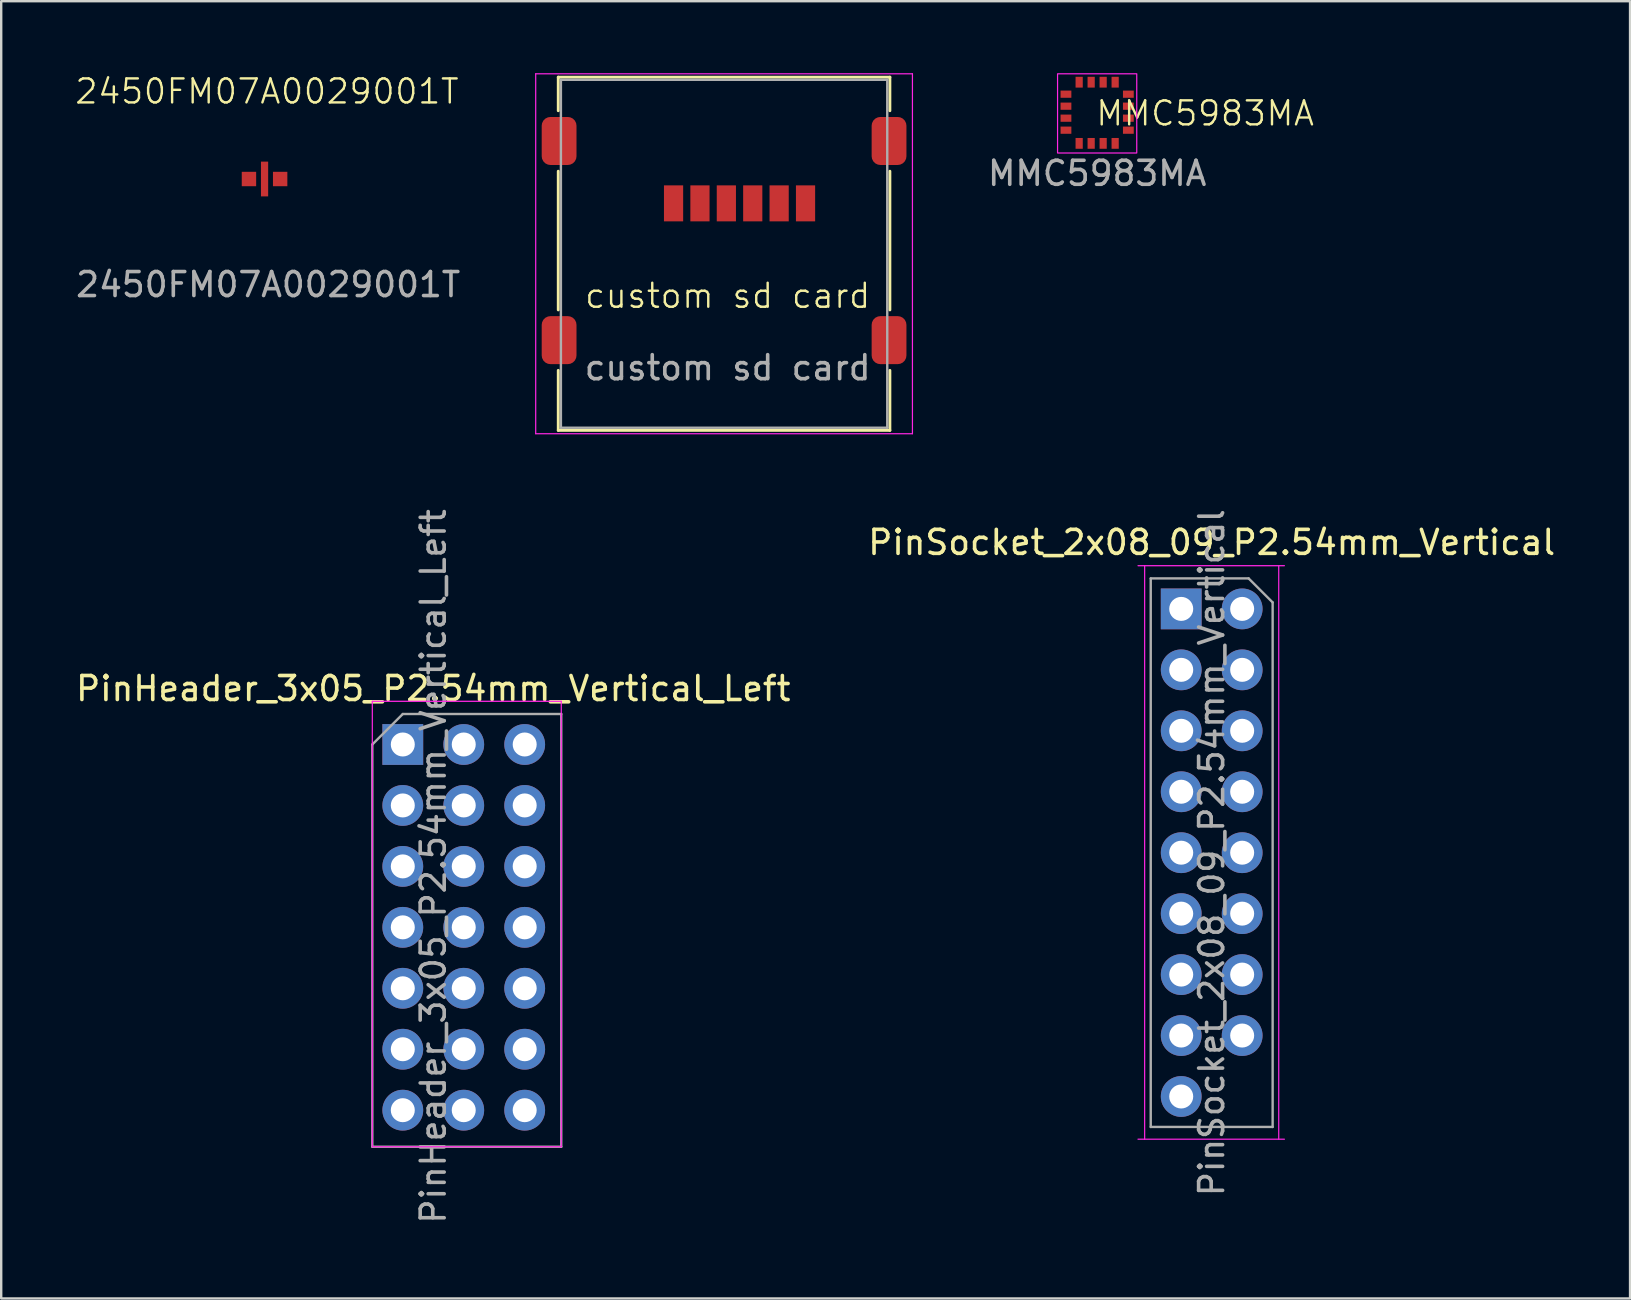
<source format=kicad_pcb>
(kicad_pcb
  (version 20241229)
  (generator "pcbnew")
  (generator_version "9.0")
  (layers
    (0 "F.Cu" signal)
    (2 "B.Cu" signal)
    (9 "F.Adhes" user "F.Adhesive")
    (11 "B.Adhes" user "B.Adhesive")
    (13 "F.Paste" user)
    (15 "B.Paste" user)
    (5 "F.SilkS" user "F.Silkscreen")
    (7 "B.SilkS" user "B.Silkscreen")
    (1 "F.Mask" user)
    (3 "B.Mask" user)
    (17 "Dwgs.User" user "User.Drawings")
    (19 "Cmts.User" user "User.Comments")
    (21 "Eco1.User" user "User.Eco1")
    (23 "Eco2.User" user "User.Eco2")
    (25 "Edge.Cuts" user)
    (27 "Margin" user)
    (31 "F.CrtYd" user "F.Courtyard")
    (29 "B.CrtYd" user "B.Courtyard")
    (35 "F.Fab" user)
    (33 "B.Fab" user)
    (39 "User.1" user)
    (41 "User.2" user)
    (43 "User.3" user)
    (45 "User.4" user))
  (footprint "2450FM07A0029001T"
    (layer "F.Cu")
    (at 7.975 4.41)
    (property "Reference" "2450FM07A0029001T" (at 0.1 -3.65 0) (unlocked yes) (layer "F.SilkS") (effects (font (size 1 1) (thickness 0.1))))
    (attr smd)
    (fp_text user "${REFERENCE}" (at 0.15 4.4 0) (unlocked yes) (layer "F.Fab") (effects (font (size 1 1) (thickness 0.15))))
    (pad "1" smd rect (at -0.65 0) (size 0.6 0.6) (layers "F.Cu" "F.Mask" "F.Paste"))
    (pad "2" smd rect (at 0 0.362) (size 0.3 0.725) (layers "F.Cu" "F.Mask" "F.Paste"))
    (pad "3" smd rect (at 0.65 0) (size 0.6 0.6) (layers "F.Cu" "F.Mask" "F.Paste"))
    (pad "4" smd rect (at 0 -0.362) (size 0.3 0.725) (layers "F.Cu" "F.Mask" "F.Paste")))
  (footprint "PinSocket_2x08_09_P2.54mm_Vertical"
    (layer "F.Cu")
    (at 48.716 22.325)
    (property "Reference" "PinSocket_2x08_09_P2.54mm_Vertical" (at -1.27 -2.77 0) (layer "F.SilkS") (effects (font (size 1 1) (thickness 0.15))))
    (attr through_hole)
    (fp_line (start -4.34 -1.8) (end 1.76 -1.8) (stroke (width 0.05) (type solid)) (layer "F.CrtYd"))
    (fp_line (start -4.064 22.1) (end -4.064 -1.8) (stroke (width 0.05) (type solid)) (layer "F.CrtYd"))
    (fp_line (start 1.524 -1.8) (end 1.524 22.1) (stroke (width 0.05) (type solid)) (layer "F.CrtYd"))
    (fp_line (start 1.76 22.1) (end -4.34 22.1) (stroke (width 0.05) (type solid)) (layer "F.CrtYd"))
    (fp_line (start -3.81 -1.27) (end 0.27 -1.27) (stroke (width 0.1) (type solid)) (layer "F.Fab"))
    (fp_line (start -3.81 21.59) (end -3.81 -1.27) (stroke (width 0.1) (type solid)) (layer "F.Fab"))
    (fp_line (start 0.27 -1.27) (end 1.27 -0.27) (stroke (width 0.1) (type solid)) (layer "F.Fab"))
    (fp_line (start 1.27 -0.27) (end 1.27 21.59) (stroke (width 0.1) (type solid)) (layer "F.Fab"))
    (fp_line (start 1.27 21.59) (end -3.81 21.59) (stroke (width 0.1) (type solid)) (layer "F.Fab"))
    (fp_text user "${REFERENCE}" (at -1.27 10.16 90) (layer "F.Fab") (effects (font (size 1 1) (thickness 0.15))))
    (pad "1" thru_hole rect (at -2.54 0) (size 1.7 1.7) (drill 1) (layers "*.Cu" "*.Mask"))
    (pad "2" thru_hole oval (at 0 0) (size 1.7 1.7) (drill 1) (layers "*.Cu" "*.Mask"))
    (pad "3" thru_hole oval (at -2.54 2.54) (size 1.7 1.7) (drill 1) (layers "*.Cu" "*.Mask"))
    (pad "4" thru_hole oval (at 0 2.54) (size 1.7 1.7) (drill 1) (layers "*.Cu" "*.Mask"))
    (pad "5" thru_hole oval (at -2.54 5.08) (size 1.7 1.7) (drill 1) (layers "*.Cu" "*.Mask"))
    (pad "6" thru_hole oval (at 0 5.08) (size 1.7 1.7) (drill 1) (layers "*.Cu" "*.Mask"))
    (pad "7" thru_hole oval (at -2.54 7.62) (size 1.7 1.7) (drill 1) (layers "*.Cu" "*.Mask"))
    (pad "8" thru_hole oval (at 0 7.62) (size 1.7 1.7) (drill 1) (layers "*.Cu" "*.Mask"))
    (pad "9" thru_hole oval (at -2.54 10.16) (size 1.7 1.7) (drill 1) (layers "*.Cu" "*.Mask"))
    (pad "10" thru_hole oval (at 0 10.16) (size 1.7 1.7) (drill 1) (layers "*.Cu" "*.Mask"))
    (pad "11" thru_hole oval (at -2.54 12.7) (size 1.7 1.7) (drill 1) (layers "*.Cu" "*.Mask"))
    (pad "12" thru_hole oval (at 0 12.7) (size 1.7 1.7) (drill 1) (layers "*.Cu" "*.Mask"))
    (pad "13" thru_hole oval (at -2.54 15.24) (size 1.7 1.7) (drill 1) (layers "*.Cu" "*.Mask"))
    (pad "14" thru_hole oval (at 0 15.24) (size 1.7 1.7) (drill 1) (layers "*.Cu" "*.Mask"))
    (pad "15" thru_hole oval (at -2.54 17.78) (size 1.7 1.7) (drill 1) (layers "*.Cu" "*.Mask"))
    (pad "16" thru_hole oval (at 0 17.78) (size 1.7 1.7) (drill 1) (layers "*.Cu" "*.Mask"))
    (pad "17" thru_hole oval (at -2.54 20.32) (size 1.7 1.7) (drill 1) (layers "*.Cu" "*.Mask")))
  (footprint "PinHeader_3x05_P2.54mm_Vertical_Left"
    (layer "F.Cu")
    (at 13.736 27.976)
    (property "Reference" "PinHeader_3x05_P2.54mm_Vertical_Left" (at 1.27 -2.33 0) (layer "F.SilkS") (effects (font (size 1 1) (thickness 0.15))))
    (attr through_hole)
    (fp_line (start -1.27 -1.8) (end -1.27 16.764) (stroke (width 0.05) (type solid)) (layer "F.CrtYd"))
    (fp_line (start -1.27 16.764) (end 6.604 16.764) (stroke (width 0.05) (type solid)) (layer "F.CrtYd"))
    (fp_line (start 6.604 -1.8) (end -1.27 -1.8) (stroke (width 0.05) (type solid)) (layer "F.CrtYd"))
    (fp_line (start 6.604 16.764) (end 6.604 -1.8) (stroke (width 0.05) (type solid)) (layer "F.CrtYd"))
    (fp_line (start -1.27 0) (end 0 -1.27) (stroke (width 0.1) (type solid)) (layer "F.Fab"))
    (fp_line (start -1.27 16.764) (end -1.27 0) (stroke (width 0.1) (type solid)) (layer "F.Fab"))
    (fp_line (start 0 -1.27) (end 6.604 -1.27) (stroke (width 0.1) (type solid)) (layer "F.Fab"))
    (fp_line (start 6.604 -1.27) (end 6.604 16.764) (stroke (width 0.1) (type solid)) (layer "F.Fab"))
    (fp_line (start 6.604 16.764) (end -1.27 16.764) (stroke (width 0.1) (type solid)) (layer "F.Fab"))
    (fp_text user "${REFERENCE}" (at 1.27 5.08 90) (layer "F.Fab") (effects (font (size 1 1) (thickness 0.15))))
    (pad "1" thru_hole rect (at 0 0) (size 1.7 1.7) (drill 1) (layers "*.Cu" "*.Mask"))
    (pad "2" thru_hole oval (at 0 2.54) (size 1.7 1.7) (drill 1) (layers "*.Cu" "*.Mask"))
    (pad "3" thru_hole oval (at 0 5.08) (size 1.7 1.7) (drill 1) (layers "*.Cu" "*.Mask"))
    (pad "4" thru_hole oval (at 0 7.62) (size 1.7 1.7) (drill 1) (layers "*.Cu" "*.Mask"))
    (pad "5" thru_hole oval (at 0 10.16) (size 1.7 1.7) (drill 1) (layers "*.Cu" "*.Mask"))
    (pad "6" thru_hole oval (at 0 12.7) (size 1.7 1.7) (drill 1) (layers "*.Cu" "*.Mask"))
    (pad "7" thru_hole oval (at 0 15.24) (size 1.7 1.7) (drill 1) (layers "*.Cu" "*.Mask"))
    (pad "8" thru_hole oval (at 2.54 0) (size 1.7 1.7) (drill 1) (layers "*.Cu" "*.Mask"))
    (pad "9" thru_hole oval (at 2.54 2.54) (size 1.7 1.7) (drill 1) (layers "*.Cu" "*.Mask"))
    (pad "10" thru_hole oval (at 2.54 5.08) (size 1.7 1.7) (drill 1) (layers "*.Cu" "*.Mask"))
    (pad "11" thru_hole oval (at 2.54 7.62) (size 1.7 1.7) (drill 1) (layers "*.Cu" "*.Mask"))
    (pad "12" thru_hole oval (at 2.54 10.16) (size 1.7 1.7) (drill 1) (layers "*.Cu" "*.Mask"))
    (pad "13" thru_hole oval (at 2.54 12.7) (size 1.7 1.7) (drill 1) (layers "*.Cu" "*.Mask"))
    (pad "14" thru_hole oval (at 2.54 15.24) (size 1.7 1.7) (drill 1) (layers "*.Cu" "*.Mask"))
    (pad "15" thru_hole oval (at 5.08 0) (size 1.7 1.7) (drill 1) (layers "*.Cu" "*.Mask"))
    (pad "16" thru_hole oval (at 5.08 2.54) (size 1.7 1.7) (drill 1) (layers "*.Cu" "*.Mask"))
    (pad "17" thru_hole oval (at 5.08 5.08) (size 1.7 1.7) (drill 1) (layers "*.Cu" "*.Mask"))
    (pad "18" thru_hole oval (at 5.08 7.62) (size 1.7 1.7) (drill 1) (layers "*.Cu" "*.Mask"))
    (pad "19" thru_hole oval (at 5.08 10.16) (size 1.7 1.7) (drill 1) (layers "*.Cu" "*.Mask"))
    (pad "20" thru_hole oval (at 5.08 12.7) (size 1.7 1.7) (drill 1) (layers "*.Cu" "*.Mask"))
    (pad "21" thru_hole oval (at 5.08 15.24) (size 1.7 1.7) (drill 1) (layers "*.Cu" "*.Mask")))
  (footprint "custom sd card"
    (layer "F.Cu")
    (at 27.275 7.525)
    (property "Reference" "custom sd card" (at 0 1.75 0) (unlocked yes) (layer "F.SilkS") (effects (font (size 1 1) (thickness 0.1))))
    (attr smd)
    (fp_line (start -7.06 -7.36) (end -7.06 -5.96) (stroke (width 0.12) (type solid)) (layer "F.SilkS"))
    (fp_line (start -7.06 -7.36) (end 6.76 -7.36) (stroke (width 0.12) (type solid)) (layer "F.SilkS"))
    (fp_line (start -7.06 2.34) (end -7.06 -3.44) (stroke (width 0.12) (type solid)) (layer "F.SilkS"))
    (fp_line (start -7.06 4.86) (end -7.06 7.36) (stroke (width 0.12) (type solid)) (layer "F.SilkS"))
    (fp_line (start -7.06 7.36) (end 6.76 7.36) (stroke (width 0.12) (type solid)) (layer "F.SilkS"))
    (fp_line (start 6.76 -7.36) (end 6.76 -5.96) (stroke (width 0.12) (type solid)) (layer "F.SilkS"))
    (fp_line (start 6.76 -3.44) (end 6.76 2.34) (stroke (width 0.12) (type solid)) (layer "F.SilkS"))
    (fp_line (start 6.76 4.86) (end 6.76 7.36) (stroke (width 0.12) (type solid)) (layer "F.SilkS"))
    (fp_line (start -8 -7.5) (end -8 7.5) (stroke (width 0.05) (type solid)) (layer "F.CrtYd"))
    (fp_line (start -8 -7.5) (end 7.7 -7.5) (stroke (width 0.05) (type solid)) (layer "F.CrtYd"))
    (fp_line (start -8 7.5) (end 7.7 7.5) (stroke (width 0.05) (type solid)) (layer "F.CrtYd"))
    (fp_line (start 7.7 -7.5) (end 7.7 7.5) (stroke (width 0.05) (type solid)) (layer "F.CrtYd"))
    (fp_line (start -6.95 -7.25) (end 6.65 -7.25) (stroke (width 0.1) (type solid)) (layer "F.Fab"))
    (fp_line (start -6.95 7.25) (end -6.95 -7.25) (stroke (width 0.1) (type solid)) (layer "F.Fab"))
    (fp_line (start -6.95 7.25) (end 6.65 7.25) (stroke (width 0.1) (type solid)) (layer "F.Fab"))
    (fp_line (start 6.65 -7.25) (end 6.65 7.25) (stroke (width 0.1) (type solid)) (layer "F.Fab"))
    (fp_text user "${REFERENCE}" (at 0 4.75 0) (unlocked yes) (layer "F.Fab") (effects (font (size 1 1) (thickness 0.15))))
    (pad "2" smd rect (at -2.255 -2.1) (size 0.8 1.5) (layers "F.Cu" "F.Mask" "F.Paste"))
    (pad "3" smd rect (at -1.155 -2.1) (size 0.8 1.5) (layers "F.Cu" "F.Mask" "F.Paste"))
    (pad "4" smd rect (at -0.055 -2.1) (size 0.8 1.5) (layers "F.Cu" "F.Mask" "F.Paste"))
    (pad "5" smd rect (at 1.045 -2.1) (size 0.8 1.5) (layers "F.Cu" "F.Mask" "F.Paste"))
    (pad "6" smd rect (at 2.145 -2.1) (size 0.8 1.5) (layers "F.Cu" "F.Mask" "F.Paste"))
    (pad "7" smd rect (at 3.245 -2.1) (size 0.8 1.5) (layers "F.Cu" "F.Mask" "F.Paste"))
    (pad "9" smd roundrect (at -7.025 -4.7) (size 1.45 2) (layers "F.Cu" "F.Mask" "F.Paste") (roundrect_rratio 0.25))
    (pad "9" smd roundrect (at -7.025 3.6) (size 1.45 2) (layers "F.Cu" "F.Mask" "F.Paste") (roundrect_rratio 0.25))
    (pad "9" smd roundrect (at 6.725 -4.7) (size 1.45 2) (layers "F.Cu" "F.Mask" "F.Paste") (roundrect_rratio 0.25))
    (pad "9" smd roundrect (at 6.725 3.6) (size 1.45 2) (layers "F.Cu" "F.Mask" "F.Paste") (roundrect_rratio 0.25)))
  (footprint "MMC5983MA"
    (layer "F.Cu")
    (at 42.673 1.675)
    (property "Reference" "MMC5983MA" (at 4.5 0 0) (unlocked yes) (layer "F.SilkS") (effects (font (size 1 1) (thickness 0.1))))
    (attr smd)
    (fp_rect (start -1.65 -1.65) (end 1.65 1.65) (stroke (width 0.05) (type default)) (fill no) (layer "F.CrtYd"))
    (fp_text user "${REFERENCE}" (at 0 2.5 0) (unlocked yes) (layer "F.Fab") (effects (font (size 1 1) (thickness 0.15))))
    (pad "1" smd rect (at 0.75 -1.3 180) (size 0.3 0.45) (layers "F.Cu" "F.Mask" "F.Paste"))
    (pad "2" smd rect (at 0.25 -1.3 180) (size 0.3 0.45) (layers "F.Cu" "F.Mask" "F.Paste"))
    (pad "3" smd rect (at -0.25 -1.3 180) (size 0.3 0.45) (layers "F.Cu" "F.Mask" "F.Paste"))
    (pad "4" smd rect (at -0.75 -1.3 180) (size 0.3 0.45) (layers "F.Cu" "F.Mask" "F.Paste"))
    (pad "5" smd rect (at -1.3 -0.8 270) (size 0.3 0.45) (layers "F.Cu" "F.Mask" "F.Paste"))
    (pad "6" smd rect (at -1.3 -0.3 270) (size 0.3 0.45) (layers "F.Cu" "F.Mask" "F.Paste"))
    (pad "7" smd rect (at -1.3 0.2 270) (size 0.3 0.45) (layers "F.Cu" "F.Mask" "F.Paste"))
    (pad "8" smd rect (at -1.3 0.7 270) (size 0.3 0.45) (layers "F.Cu" "F.Mask" "F.Paste"))
    (pad "9" smd rect (at -0.75 1.25) (size 0.3 0.45) (layers "F.Cu" "F.Mask" "F.Paste"))
    (pad "10" smd rect (at -0.25 1.25) (size 0.3 0.45) (layers "F.Cu" "F.Mask" "F.Paste"))
    (pad "11" smd rect (at 0.25 1.25) (size 0.3 0.45) (layers "F.Cu" "F.Mask" "F.Paste"))
    (pad "12" smd rect (at 0.75 1.25) (size 0.3 0.45) (layers "F.Cu" "F.Mask" "F.Paste"))
    (pad "13" smd rect (at 1.3 0.7 90) (size 0.3 0.45) (layers "F.Cu" "F.Mask" "F.Paste"))
    (pad "14" smd rect (at 1.3 0.2 90) (size 0.3 0.45) (layers "F.Cu" "F.Mask" "F.Paste"))
    (pad "15" smd rect (at 1.3 -0.3 90) (size 0.3 0.45) (layers "F.Cu" "F.Mask" "F.Paste"))
    (pad "16" smd rect (at 1.3 -0.8 90) (size 0.3 0.45) (layers "F.Cu" "F.Mask" "F.Paste")))
  (gr_rect
    (start -3 -3)
    (end 64.881 51.062)
    (stroke (width 0.1) (type default))
    (fill no)
    (layer "Edge.Cuts")))
</source>
